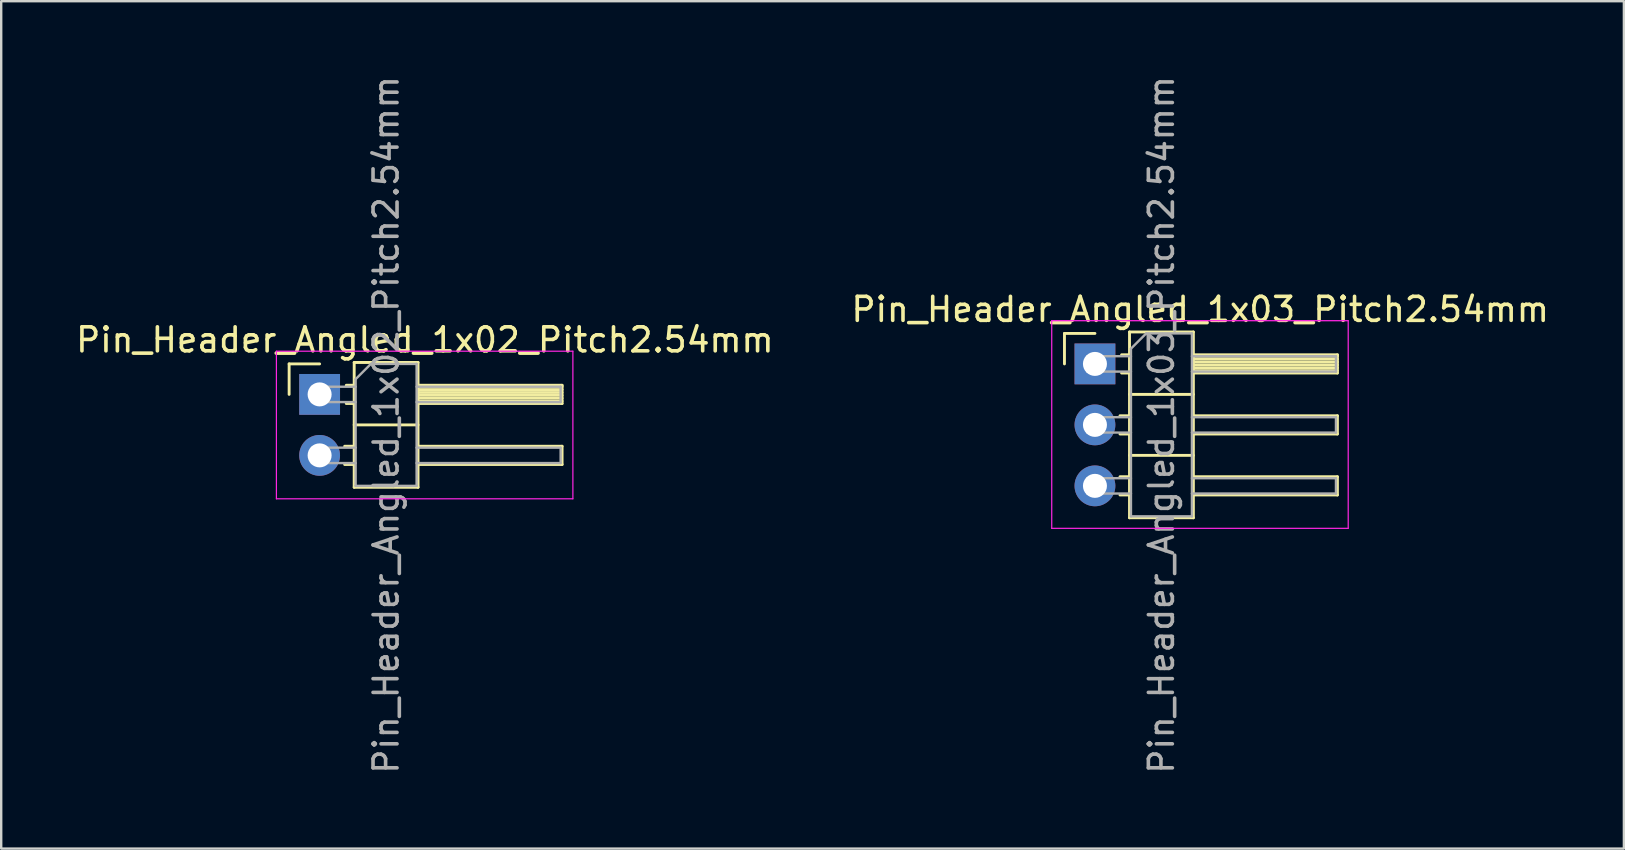
<source format=kicad_pcb>
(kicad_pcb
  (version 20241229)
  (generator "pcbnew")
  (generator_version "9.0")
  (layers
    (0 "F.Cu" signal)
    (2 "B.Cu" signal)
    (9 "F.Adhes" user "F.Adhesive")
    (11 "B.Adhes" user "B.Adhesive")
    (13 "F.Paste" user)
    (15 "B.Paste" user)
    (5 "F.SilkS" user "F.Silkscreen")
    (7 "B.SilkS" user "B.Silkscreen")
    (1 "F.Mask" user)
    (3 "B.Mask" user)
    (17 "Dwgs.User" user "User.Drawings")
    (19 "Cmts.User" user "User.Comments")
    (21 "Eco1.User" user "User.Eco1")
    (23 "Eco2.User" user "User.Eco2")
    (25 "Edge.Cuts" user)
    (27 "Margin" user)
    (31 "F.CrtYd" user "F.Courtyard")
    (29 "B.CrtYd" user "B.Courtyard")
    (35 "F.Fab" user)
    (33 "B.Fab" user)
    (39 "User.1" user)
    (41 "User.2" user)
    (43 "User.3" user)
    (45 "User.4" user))
  (footprint "Pin_Header_Angled_1x03_Pitch2.54mm"
    (layer "F.Cu")
    (at 42.561 12.109)
    (property "Reference" "Pin_Header_Angled_1x03_Pitch2.54mm" (at 4.385 -2.27 0) (layer "F.SilkS") (effects (font (size 1 1) (thickness 0.15))))
    (attr through_hole)
    (fp_line (start -1.27 -1.27) (end 0 -1.27) (stroke (width 0.12) (type solid)) (layer "F.SilkS"))
    (fp_line (start -1.27 0) (end -1.27 -1.27) (stroke (width 0.12) (type solid)) (layer "F.SilkS"))
    (fp_line (start 1.043 2.16) (end 1.44 2.16) (stroke (width 0.12) (type solid)) (layer "F.SilkS"))
    (fp_line (start 1.043 2.92) (end 1.44 2.92) (stroke (width 0.12) (type solid)) (layer "F.SilkS"))
    (fp_line (start 1.043 4.7) (end 1.44 4.7) (stroke (width 0.12) (type solid)) (layer "F.SilkS"))
    (fp_line (start 1.043 5.46) (end 1.44 5.46) (stroke (width 0.12) (type solid)) (layer "F.SilkS"))
    (fp_line (start 1.11 -0.38) (end 1.44 -0.38) (stroke (width 0.12) (type solid)) (layer "F.SilkS"))
    (fp_line (start 1.11 0.38) (end 1.44 0.38) (stroke (width 0.12) (type solid)) (layer "F.SilkS"))
    (fp_line (start 1.44 -1.33) (end 1.44 6.41) (stroke (width 0.12) (type solid)) (layer "F.SilkS"))
    (fp_line (start 1.44 1.27) (end 4.1 1.27) (stroke (width 0.12) (type solid)) (layer "F.SilkS"))
    (fp_line (start 1.44 3.81) (end 4.1 3.81) (stroke (width 0.12) (type solid)) (layer "F.SilkS"))
    (fp_line (start 1.44 6.41) (end 4.1 6.41) (stroke (width 0.12) (type solid)) (layer "F.SilkS"))
    (fp_line (start 4.1 -1.33) (end 1.44 -1.33) (stroke (width 0.12) (type solid)) (layer "F.SilkS"))
    (fp_line (start 4.1 -0.38) (end 10.1 -0.38) (stroke (width 0.12) (type solid)) (layer "F.SilkS"))
    (fp_line (start 4.1 -0.32) (end 10.1 -0.32) (stroke (width 0.12) (type solid)) (layer "F.SilkS"))
    (fp_line (start 4.1 -0.2) (end 10.1 -0.2) (stroke (width 0.12) (type solid)) (layer "F.SilkS"))
    (fp_line (start 4.1 -0.08) (end 10.1 -0.08) (stroke (width 0.12) (type solid)) (layer "F.SilkS"))
    (fp_line (start 4.1 0.04) (end 10.1 0.04) (stroke (width 0.12) (type solid)) (layer "F.SilkS"))
    (fp_line (start 4.1 0.16) (end 10.1 0.16) (stroke (width 0.12) (type solid)) (layer "F.SilkS"))
    (fp_line (start 4.1 0.28) (end 10.1 0.28) (stroke (width 0.12) (type solid)) (layer "F.SilkS"))
    (fp_line (start 4.1 2.16) (end 10.1 2.16) (stroke (width 0.12) (type solid)) (layer "F.SilkS"))
    (fp_line (start 4.1 4.7) (end 10.1 4.7) (stroke (width 0.12) (type solid)) (layer "F.SilkS"))
    (fp_line (start 4.1 6.41) (end 4.1 -1.33) (stroke (width 0.12) (type solid)) (layer "F.SilkS"))
    (fp_line (start 10.1 -0.38) (end 10.1 0.38) (stroke (width 0.12) (type solid)) (layer "F.SilkS"))
    (fp_line (start 10.1 0.38) (end 4.1 0.38) (stroke (width 0.12) (type solid)) (layer "F.SilkS"))
    (fp_line (start 10.1 2.16) (end 10.1 2.92) (stroke (width 0.12) (type solid)) (layer "F.SilkS"))
    (fp_line (start 10.1 2.92) (end 4.1 2.92) (stroke (width 0.12) (type solid)) (layer "F.SilkS"))
    (fp_line (start 10.1 4.7) (end 10.1 5.46) (stroke (width 0.12) (type solid)) (layer "F.SilkS"))
    (fp_line (start 10.1 5.46) (end 4.1 5.46) (stroke (width 0.12) (type solid)) (layer "F.SilkS"))
    (fp_line (start -1.8 -1.8) (end -1.8 6.85) (stroke (width 0.05) (type solid)) (layer "F.CrtYd"))
    (fp_line (start -1.8 6.85) (end 10.55 6.85) (stroke (width 0.05) (type solid)) (layer "F.CrtYd"))
    (fp_line (start 10.55 -1.8) (end -1.8 -1.8) (stroke (width 0.05) (type solid)) (layer "F.CrtYd"))
    (fp_line (start 10.55 6.85) (end 10.55 -1.8) (stroke (width 0.05) (type solid)) (layer "F.CrtYd"))
    (fp_line (start -0.32 -0.32) (end -0.32 0.32) (stroke (width 0.1) (type solid)) (layer "F.Fab"))
    (fp_line (start -0.32 -0.32) (end 1.5 -0.32) (stroke (width 0.1) (type solid)) (layer "F.Fab"))
    (fp_line (start -0.32 0.32) (end 1.5 0.32) (stroke (width 0.1) (type solid)) (layer "F.Fab"))
    (fp_line (start -0.32 2.22) (end -0.32 2.86) (stroke (width 0.1) (type solid)) (layer "F.Fab"))
    (fp_line (start -0.32 2.22) (end 1.5 2.22) (stroke (width 0.1) (type solid)) (layer "F.Fab"))
    (fp_line (start -0.32 2.86) (end 1.5 2.86) (stroke (width 0.1) (type solid)) (layer "F.Fab"))
    (fp_line (start -0.32 4.76) (end -0.32 5.4) (stroke (width 0.1) (type solid)) (layer "F.Fab"))
    (fp_line (start -0.32 4.76) (end 1.5 4.76) (stroke (width 0.1) (type solid)) (layer "F.Fab"))
    (fp_line (start -0.32 5.4) (end 1.5 5.4) (stroke (width 0.1) (type solid)) (layer "F.Fab"))
    (fp_line (start 1.5 -0.635) (end 2.135 -1.27) (stroke (width 0.1) (type solid)) (layer "F.Fab"))
    (fp_line (start 1.5 6.35) (end 1.5 -0.635) (stroke (width 0.1) (type solid)) (layer "F.Fab"))
    (fp_line (start 2.135 -1.27) (end 4.04 -1.27) (stroke (width 0.1) (type solid)) (layer "F.Fab"))
    (fp_line (start 4.04 -1.27) (end 4.04 6.35) (stroke (width 0.1) (type solid)) (layer "F.Fab"))
    (fp_line (start 4.04 -0.32) (end 10.04 -0.32) (stroke (width 0.1) (type solid)) (layer "F.Fab"))
    (fp_line (start 4.04 0.32) (end 10.04 0.32) (stroke (width 0.1) (type solid)) (layer "F.Fab"))
    (fp_line (start 4.04 2.22) (end 10.04 2.22) (stroke (width 0.1) (type solid)) (layer "F.Fab"))
    (fp_line (start 4.04 2.86) (end 10.04 2.86) (stroke (width 0.1) (type solid)) (layer "F.Fab"))
    (fp_line (start 4.04 4.76) (end 10.04 4.76) (stroke (width 0.1) (type solid)) (layer "F.Fab"))
    (fp_line (start 4.04 5.4) (end 10.04 5.4) (stroke (width 0.1) (type solid)) (layer "F.Fab"))
    (fp_line (start 4.04 6.35) (end 1.5 6.35) (stroke (width 0.1) (type solid)) (layer "F.Fab"))
    (fp_line (start 10.04 -0.32) (end 10.04 0.32) (stroke (width 0.1) (type solid)) (layer "F.Fab"))
    (fp_line (start 10.04 2.22) (end 10.04 2.86) (stroke (width 0.1) (type solid)) (layer "F.Fab"))
    (fp_line (start 10.04 4.76) (end 10.04 5.4) (stroke (width 0.1) (type solid)) (layer "F.Fab"))
    (fp_text user "${REFERENCE}" (at 2.77 2.54 90) (layer "F.Fab") (effects (font (size 1 1) (thickness 0.15))))
    (pad "1" thru_hole rect (at 0 0) (size 1.7 1.7) (drill 1) (layers "*.Cu" "*.Mask"))
    (pad "2" thru_hole oval (at 0 2.54) (size 1.7 1.7) (drill 1) (layers "*.Cu" "*.Mask"))
    (pad "3" thru_hole oval (at 0 5.08) (size 1.7 1.7) (drill 1) (layers "*.Cu" "*.Mask")))
  (footprint "Pin_Header_Angled_1x02_Pitch2.54mm"
    (layer "F.Cu")
    (at 10.264 13.379)
    (property "Reference" "Pin_Header_Angled_1x02_Pitch2.54mm" (at 4.385 -2.27 0) (layer "F.SilkS") (effects (font (size 1 1) (thickness 0.15))))
    (attr through_hole)
    (fp_line (start -1.27 -1.27) (end 0 -1.27) (stroke (width 0.12) (type solid)) (layer "F.SilkS"))
    (fp_line (start -1.27 0) (end -1.27 -1.27) (stroke (width 0.12) (type solid)) (layer "F.SilkS"))
    (fp_line (start 1.043 2.16) (end 1.44 2.16) (stroke (width 0.12) (type solid)) (layer "F.SilkS"))
    (fp_line (start 1.043 2.92) (end 1.44 2.92) (stroke (width 0.12) (type solid)) (layer "F.SilkS"))
    (fp_line (start 1.11 -0.38) (end 1.44 -0.38) (stroke (width 0.12) (type solid)) (layer "F.SilkS"))
    (fp_line (start 1.11 0.38) (end 1.44 0.38) (stroke (width 0.12) (type solid)) (layer "F.SilkS"))
    (fp_line (start 1.44 -1.33) (end 1.44 3.87) (stroke (width 0.12) (type solid)) (layer "F.SilkS"))
    (fp_line (start 1.44 1.27) (end 4.1 1.27) (stroke (width 0.12) (type solid)) (layer "F.SilkS"))
    (fp_line (start 1.44 3.87) (end 4.1 3.87) (stroke (width 0.12) (type solid)) (layer "F.SilkS"))
    (fp_line (start 4.1 -1.33) (end 1.44 -1.33) (stroke (width 0.12) (type solid)) (layer "F.SilkS"))
    (fp_line (start 4.1 -0.38) (end 10.1 -0.38) (stroke (width 0.12) (type solid)) (layer "F.SilkS"))
    (fp_line (start 4.1 -0.32) (end 10.1 -0.32) (stroke (width 0.12) (type solid)) (layer "F.SilkS"))
    (fp_line (start 4.1 -0.2) (end 10.1 -0.2) (stroke (width 0.12) (type solid)) (layer "F.SilkS"))
    (fp_line (start 4.1 -0.08) (end 10.1 -0.08) (stroke (width 0.12) (type solid)) (layer "F.SilkS"))
    (fp_line (start 4.1 0.04) (end 10.1 0.04) (stroke (width 0.12) (type solid)) (layer "F.SilkS"))
    (fp_line (start 4.1 0.16) (end 10.1 0.16) (stroke (width 0.12) (type solid)) (layer "F.SilkS"))
    (fp_line (start 4.1 0.28) (end 10.1 0.28) (stroke (width 0.12) (type solid)) (layer "F.SilkS"))
    (fp_line (start 4.1 2.16) (end 10.1 2.16) (stroke (width 0.12) (type solid)) (layer "F.SilkS"))
    (fp_line (start 4.1 3.87) (end 4.1 -1.33) (stroke (width 0.12) (type solid)) (layer "F.SilkS"))
    (fp_line (start 10.1 -0.38) (end 10.1 0.38) (stroke (width 0.12) (type solid)) (layer "F.SilkS"))
    (fp_line (start 10.1 0.38) (end 4.1 0.38) (stroke (width 0.12) (type solid)) (layer "F.SilkS"))
    (fp_line (start 10.1 2.16) (end 10.1 2.92) (stroke (width 0.12) (type solid)) (layer "F.SilkS"))
    (fp_line (start 10.1 2.92) (end 4.1 2.92) (stroke (width 0.12) (type solid)) (layer "F.SilkS"))
    (fp_line (start -1.8 -1.8) (end -1.8 4.35) (stroke (width 0.05) (type solid)) (layer "F.CrtYd"))
    (fp_line (start -1.8 4.35) (end 10.55 4.35) (stroke (width 0.05) (type solid)) (layer "F.CrtYd"))
    (fp_line (start 10.55 -1.8) (end -1.8 -1.8) (stroke (width 0.05) (type solid)) (layer "F.CrtYd"))
    (fp_line (start 10.55 4.35) (end 10.55 -1.8) (stroke (width 0.05) (type solid)) (layer "F.CrtYd"))
    (fp_line (start -0.32 -0.32) (end -0.32 0.32) (stroke (width 0.1) (type solid)) (layer "F.Fab"))
    (fp_line (start -0.32 -0.32) (end 1.5 -0.32) (stroke (width 0.1) (type solid)) (layer "F.Fab"))
    (fp_line (start -0.32 0.32) (end 1.5 0.32) (stroke (width 0.1) (type solid)) (layer "F.Fab"))
    (fp_line (start -0.32 2.22) (end -0.32 2.86) (stroke (width 0.1) (type solid)) (layer "F.Fab"))
    (fp_line (start -0.32 2.22) (end 1.5 2.22) (stroke (width 0.1) (type solid)) (layer "F.Fab"))
    (fp_line (start -0.32 2.86) (end 1.5 2.86) (stroke (width 0.1) (type solid)) (layer "F.Fab"))
    (fp_line (start 1.5 -0.635) (end 2.135 -1.27) (stroke (width 0.1) (type solid)) (layer "F.Fab"))
    (fp_line (start 1.5 3.81) (end 1.5 -0.635) (stroke (width 0.1) (type solid)) (layer "F.Fab"))
    (fp_line (start 2.135 -1.27) (end 4.04 -1.27) (stroke (width 0.1) (type solid)) (layer "F.Fab"))
    (fp_line (start 4.04 -1.27) (end 4.04 3.81) (stroke (width 0.1) (type solid)) (layer "F.Fab"))
    (fp_line (start 4.04 -0.32) (end 10.04 -0.32) (stroke (width 0.1) (type solid)) (layer "F.Fab"))
    (fp_line (start 4.04 0.32) (end 10.04 0.32) (stroke (width 0.1) (type solid)) (layer "F.Fab"))
    (fp_line (start 4.04 2.22) (end 10.04 2.22) (stroke (width 0.1) (type solid)) (layer "F.Fab"))
    (fp_line (start 4.04 2.86) (end 10.04 2.86) (stroke (width 0.1) (type solid)) (layer "F.Fab"))
    (fp_line (start 4.04 3.81) (end 1.5 3.81) (stroke (width 0.1) (type solid)) (layer "F.Fab"))
    (fp_line (start 10.04 -0.32) (end 10.04 0.32) (stroke (width 0.1) (type solid)) (layer "F.Fab"))
    (fp_line (start 10.04 2.22) (end 10.04 2.86) (stroke (width 0.1) (type solid)) (layer "F.Fab"))
    (fp_text user "${REFERENCE}" (at 2.77 1.27 90) (layer "F.Fab") (effects (font (size 1 1) (thickness 0.15))))
    (pad "1" thru_hole rect (at 0 0) (size 1.7 1.7) (drill 1) (layers "*.Cu" "*.Mask"))
    (pad "2" thru_hole oval (at 0 2.54) (size 1.7 1.7) (drill 1) (layers "*.Cu" "*.Mask")))
  (gr_rect
    (start -3 -3)
    (end 64.595 32.298)
    (stroke (width 0.1) (type default))
    (fill no)
    (layer "Edge.Cuts")))
</source>
